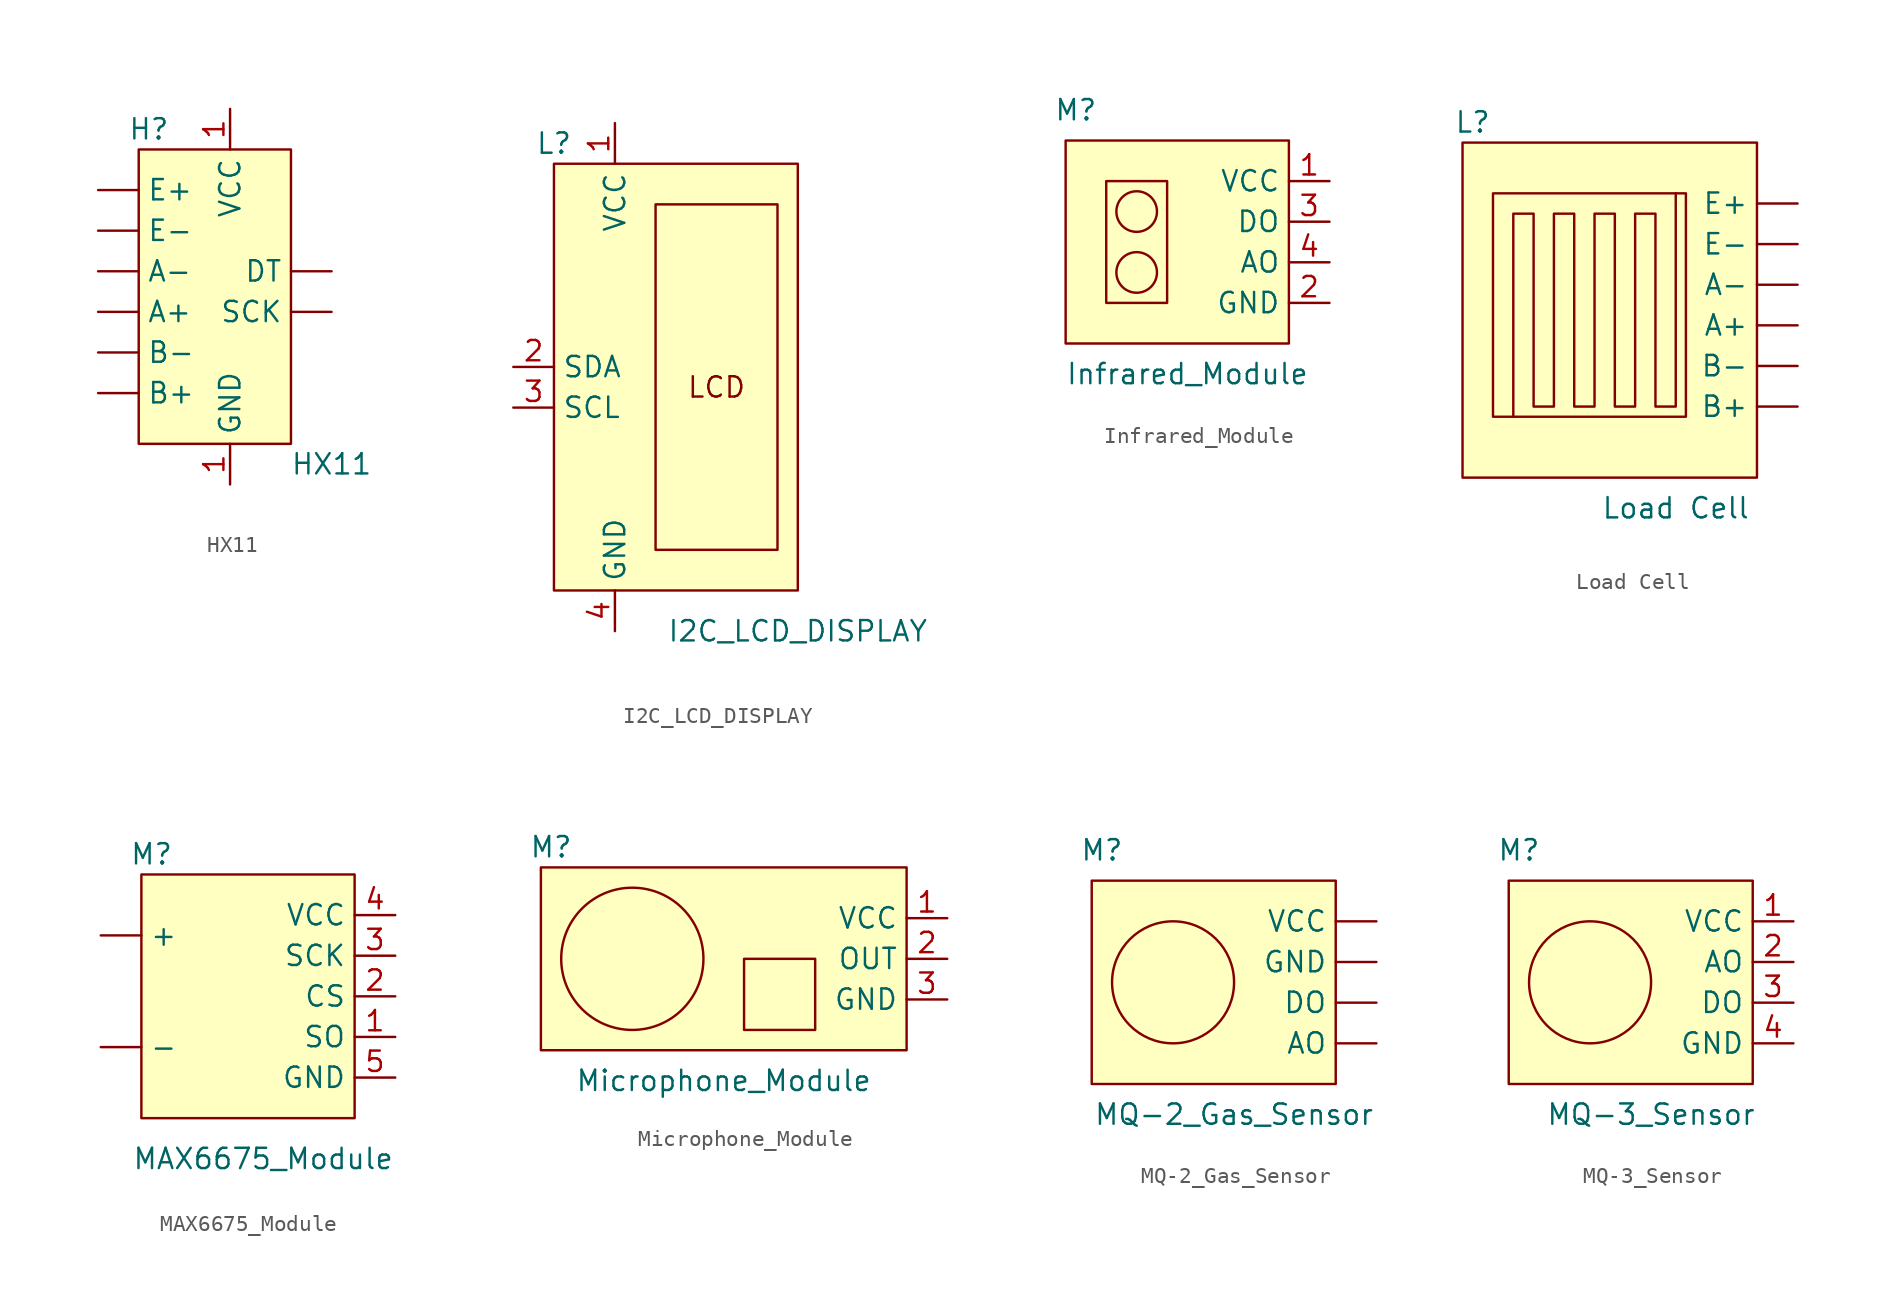
<source format=kicad_sym>
(kicad_symbol_lib
  (version 20211014)
  (generator kicad_symbol_editor)
  (symbol "HX11"
    (property "Reference" "H"
      (at -3.81 10.795 0)
      (effects (font (size 1.27 1.27))))
    (property "Value" "HX11"
      (at 7.62 -10.16 0)
      (effects (font (size 1.27 1.27))))
    (symbol "HX11_0_1"
      (rectangle (start -4.445 9.525) (end 5.08 -8.89) (stroke (width 0.152) (type default) (color 0 0 0 0)) (fill (type background))))
    (symbol "HX11_1_1"
      (pin input line (at -6.985 -0.635 0) (length 2.54) (name "A+" (effects (font (size 1.27 1.27)))) (number "" (effects (font (size 1.27 1.27)))))
      (pin input line (at -6.985 1.905 0) (length 2.54) (name "A-" (effects (font (size 1.27 1.27)))) (number "" (effects (font (size 1.27 1.27)))))
      (pin input line (at -6.985 -5.715 0) (length 2.54) (name "B+" (effects (font (size 1.27 1.27)))) (number "" (effects (font (size 1.27 1.27)))))
      (pin input line (at -6.985 -3.175 0) (length 2.54) (name "B-" (effects (font (size 1.27 1.27)))) (number "" (effects (font (size 1.27 1.27)))))
      (pin input line (at 7.62 1.905 180) (length 2.54) (name "DT" (effects (font (size 1.27 1.27)))) (number "" (effects (font (size 1.27 1.27)))))
      (pin input line (at -6.985 6.985 0) (length 2.54) (name "E+" (effects (font (size 1.27 1.27)))) (number "" (effects (font (size 1.27 1.27)))))
      (pin input line (at -6.985 4.445 0) (length 2.54) (name "E-" (effects (font (size 1.27 1.27)))) (number "" (effects (font (size 1.27 1.27)))))
      (pin input line (at 7.62 -0.635 180) (length 2.54) (name "SCK" (effects (font (size 1.27 1.27)))) (number "" (effects (font (size 1.27 1.27)))))
      (pin input line (at 1.27 -11.43 90) (length 2.54) (name "GND" (effects (font (size 1.27 1.27)))) (number "1" (effects (font (size 1.27 1.27)))))
      (pin input line (at 1.27 12.065 270) (length 2.54) (name "VCC" (effects (font (size 1.27 1.27)))) (number "1" (effects (font (size 1.27 1.27)))))))
  (symbol "I2C_LCD_DISPLAY"
    (property "Reference" "L"
      (at -5.08 16.51 0)
      (effects (font (size 1.27 1.27))))
    (property "Value" "I2C_LCD_DISPLAY"
      (at 10.16 -13.97 0)
      (effects (font (size 1.27 1.27))))
    (symbol "I2C_LCD_DISPLAY_0_0"
      (text "LCD" (at 5.08 1.27 0) (effects (font (size 1.27 1.27)))))
    (symbol "I2C_LCD_DISPLAY_0_1"
      (rectangle (start -5.08 15.24) (end 10.16 -11.43) (stroke (width 0.152) (type default) (color 0 0 0 0)) (fill (type background)))
      (rectangle (start 1.27 12.7) (end 8.89 -8.89) (stroke (width 0.152) (type default) (color 0 0 0 0)) (fill (type none))))
    (symbol "I2C_LCD_DISPLAY_1_1"
      (pin input line (at -1.27 17.78 270) (length 2.54) (name "VCC" (effects (font (size 1.27 1.27)))) (number "1" (effects (font (size 1.27 1.27)))))
      (pin input line (at -7.62 2.54 0) (length 2.54) (name "SDA" (effects (font (size 1.27 1.27)))) (number "2" (effects (font (size 1.27 1.27)))))
      (pin input line (at -7.62 0 0) (length 2.54) (name "SCL" (effects (font (size 1.27 1.27)))) (number "3" (effects (font (size 1.27 1.27)))))
      (pin input line (at -1.27 -13.97 90) (length 2.54) (name "GND" (effects (font (size 1.27 1.27)))) (number "4" (effects (font (size 1.27 1.27)))))))
  (symbol "Infrared_Module"
    (property "Reference" "M"
      (at -7.62 7.62 0)
      (effects (font (size 1.27 1.27))))
    (property "Value" "Infrared_Module"
      (at -0.635 -8.89 0)
      (effects (font (size 1.27 1.27))))
    (symbol "Infrared_Module_0_1"
      (rectangle (start -8.255 5.715) (end 5.715 -6.985) (stroke (width 0.152) (type default) (color 0 0 0 0)) (fill (type background)))
      (rectangle (start -5.715 3.175) (end -1.905 -4.445) (stroke (width 0.152) (type default) (color 0 0 0 0)) (fill (type none)))
      (circle (center -3.81 -2.54) (radius 1.27) (stroke (width 0.152) (type default) (color 0 0 0 0)) (fill (type none)))
      (circle (center -3.81 1.27) (radius 1.27) (stroke (width 0.152) (type default) (color 0 0 0 0)) (fill (type none))))
    (symbol "Infrared_Module_1_1"
      (pin input line (at 8.255 3.175 180) (length 2.54) (name "VCC" (effects (font (size 1.27 1.27)))) (number "1" (effects (font (size 1.27 1.27)))))
      (pin input line (at 8.255 -4.445 180) (length 2.54) (name "GND" (effects (font (size 1.27 1.27)))) (number "2" (effects (font (size 1.27 1.27)))))
      (pin input line (at 8.255 0.635 180) (length 2.54) (name "DO" (effects (font (size 1.27 1.27)))) (number "3" (effects (font (size 1.27 1.27)))))
      (pin input line (at 8.255 -1.905 180) (length 2.54) (name "AO" (effects (font (size 1.27 1.27)))) (number "4" (effects (font (size 1.27 1.27)))))))
  (symbol "Load Cell"
    (property "Reference" "L"
      (at -12.065 12.065 0)
      (effects (font (size 1.27 1.27))))
    (property "Value" "Load Cell"
      (at 0.635 -12.065 0)
      (effects (font (size 1.27 1.27))))
    (symbol "Load Cell_0_1"
      (rectangle (start -12.7 10.795) (end 5.715 -10.16) (stroke (width 0.152) (type default) (color 0 0 0 0)) (fill (type background)))
      (rectangle (start -10.795 7.62) (end 1.27 -6.35) (stroke (width 0.152) (type default) (color 0 0 0 0)) (fill (type none)))
      (polyline (pts (xy -9.525 -6.35) (xy -9.525 6.35) (xy -8.255 6.35) (xy -8.255 -5.715) (xy -6.985 -5.715) (xy -6.985 6.35) (xy -5.715 6.35) (xy -5.715 -5.715) (xy -4.445 -5.715) (xy -4.445 6.35) (xy -3.175 6.35) (xy -3.175 -5.715) (xy -1.905 -5.715) (xy -1.905 6.35) (xy -0.635 6.35) (xy -0.635 -5.715) (xy 0.635 -5.715) (xy 0.635 7.62)) (stroke (width 0.152) (type default) (color 0 0 0 0)) (fill (type none))))
    (symbol "Load Cell_1_1"
      (pin input line (at 8.255 -0.635 180) (length 2.54) (name "A+" (effects (font (size 1.27 1.27)))) (number "" (effects (font (size 1.27 1.27)))))
      (pin input line (at 8.255 1.905 180) (length 2.54) (name "A-" (effects (font (size 1.27 1.27)))) (number "" (effects (font (size 1.27 1.27)))))
      (pin input line (at 8.255 -5.715 180) (length 2.54) (name "B+" (effects (font (size 1.27 1.27)))) (number "" (effects (font (size 1.27 1.27)))))
      (pin input line (at 8.255 -3.175 180) (length 2.54) (name "B-" (effects (font (size 1.27 1.27)))) (number "" (effects (font (size 1.27 1.27)))))
      (pin input line (at 8.255 6.985 180) (length 2.54) (name "E+" (effects (font (size 1.27 1.27)))) (number "" (effects (font (size 1.27 1.27)))))
      (pin input line (at 8.255 4.445 180) (length 2.54) (name "E-" (effects (font (size 1.27 1.27)))) (number "" (effects (font (size 1.27 1.27)))))))
  (symbol "MAX6675_Module"
    (property "Reference" "M"
      (at -6.35 9.525 0)
      (effects (font (size 1.27 1.27))))
    (property "Value" "MAX6675_Module"
      (at 0.635 -9.525 0)
      (effects (font (size 1.27 1.27))))
    (symbol "MAX6675_Module_0_1"
      (rectangle (start -6.985 8.255) (end 6.35 -6.985) (stroke (width 0.152) (type default) (color 0 0 0 0)) (fill (type background))))
    (symbol "MAX6675_Module_1_1"
      (pin input line (at -9.525 4.445 0) (length 2.54) (name "+" (effects (font (size 1.27 1.27)))) (number "" (effects (font (size 1.27 1.27)))))
      (pin input line (at -9.525 -2.54 0) (length 2.54) (name "-" (effects (font (size 1.27 1.27)))) (number "" (effects (font (size 1.27 1.27)))))
      (pin input line (at 8.89 -1.905 180) (length 2.54) (name "SO" (effects (font (size 1.27 1.27)))) (number "1" (effects (font (size 1.27 1.27)))))
      (pin input line (at 8.89 0.635 180) (length 2.54) (name "CS" (effects (font (size 1.27 1.27)))) (number "2" (effects (font (size 1.27 1.27)))))
      (pin input line (at 8.89 3.175 180) (length 2.54) (name "SCK" (effects (font (size 1.27 1.27)))) (number "3" (effects (font (size 1.27 1.27)))))
      (pin input line (at 8.89 5.715 180) (length 2.54) (name "VCC" (effects (font (size 1.27 1.27)))) (number "4" (effects (font (size 1.27 1.27)))))
      (pin input line (at 8.89 -4.445 180) (length 2.54) (name "GND" (effects (font (size 1.27 1.27)))) (number "5" (effects (font (size 1.27 1.27)))))))
  (symbol "Microphone_Module"
    (property "Reference" "M"
      (at -13.335 6.985 0)
      (effects (font (size 1.27 1.27))))
    (property "Value" "Microphone_Module"
      (at -2.54 -7.62 0)
      (effects (font (size 1.27 1.27))))
    (symbol "Microphone_Module_0_1"
      (rectangle (start -13.97 5.715) (end 8.89 -5.715) (stroke (width 0) (type default) (color 0 0 0 0)) (fill (type background)))
      (circle (center -8.255 0) (radius 4.445) (stroke (width 0.152) (type default) (color 0 0 0 0)) (fill (type none)))
      (rectangle (start -1.27 0) (end 3.175 -4.445) (stroke (width 0.152) (type default) (color 0 0 0 0)) (fill (type none))))
    (symbol "Microphone_Module_1_1"
      (pin input line (at 11.43 2.54 180) (length 2.54) (name "VCC" (effects (font (size 1.27 1.27)))) (number "1" (effects (font (size 1.27 1.27)))))
      (pin input line (at 11.43 0 180) (length 2.54) (name "OUT" (effects (font (size 1.27 1.27)))) (number "2" (effects (font (size 1.27 1.27)))))
      (pin input line (at 11.43 -2.54 180) (length 2.54) (name "GND" (effects (font (size 1.27 1.27)))) (number "3" (effects (font (size 1.27 1.27)))))))
  (symbol "MQ-2_Gas_Sensor"
    (property "Reference" "M"
      (at -8.255 8.255 0)
      (effects (font (size 1.27 1.27))))
    (property "Value" "MQ-2_Gas_Sensor"
      (at 0 -8.255 0)
      (effects (font (size 1.27 1.27))))
    (symbol "MQ-2_Gas_Sensor_0_1"
      (rectangle (start -8.89 6.35) (end 6.35 -6.35) (stroke (width 0.152) (type default) (color 0 0 0 0)) (fill (type background)))
      (circle (center -3.81 0) (radius 3.81) (stroke (width 0.152) (type default) (color 0 0 0 0)) (fill (type none))))
    (symbol "MQ-2_Gas_Sensor_1_1"
      (pin input line (at 8.89 -3.81 180) (length 2.54) (name "AO" (effects (font (size 1.27 1.27)))) (number "" (effects (font (size 1.27 1.27)))))
      (pin input line (at 8.89 -1.27 180) (length 2.54) (name "DO" (effects (font (size 1.27 1.27)))) (number "" (effects (font (size 1.27 1.27)))))
      (pin input line (at 8.89 1.27 180) (length 2.54) (name "GND" (effects (font (size 1.27 1.27)))) (number "" (effects (font (size 1.27 1.27)))))
      (pin input line (at 8.89 3.81 180) (length 2.54) (name "VCC" (effects (font (size 1.27 1.27)))) (number "" (effects (font (size 1.27 1.27)))))))
  (symbol "MQ-3_Sensor"
    (property "Reference" "M"
      (at -8.255 8.255 0)
      (effects (font (size 1.27 1.27))))
    (property "Value" "MQ-3_Sensor"
      (at 0 -8.255 0)
      (effects (font (size 1.27 1.27))))
    (symbol "MQ-3_Sensor_0_1"
      (rectangle (start -8.89 6.35) (end 6.35 -6.35) (stroke (width 0.152) (type default) (color 0 0 0 0)) (fill (type background)))
      (circle (center -3.81 0) (radius 3.81) (stroke (width 0.152) (type default) (color 0 0 0 0)) (fill (type none))))
    (symbol "MQ-3_Sensor_1_1"
      (pin input line (at 8.89 3.81 180) (length 2.54) (name "VCC" (effects (font (size 1.27 1.27)))) (number "1" (effects (font (size 1.27 1.27)))))
      (pin input line (at 8.89 1.27 180) (length 2.54) (name "AO" (effects (font (size 1.27 1.27)))) (number "2" (effects (font (size 1.27 1.27)))))
      (pin input line (at 8.89 -1.27 180) (length 2.54) (name "DO" (effects (font (size 1.27 1.27)))) (number "3" (effects (font (size 1.27 1.27)))))
      (pin input line (at 8.89 -3.81 180) (length 2.54) (name "GND" (effects (font (size 1.27 1.27)))) (number "4" (effects (font (size 1.27 1.27))))))))
</source>
